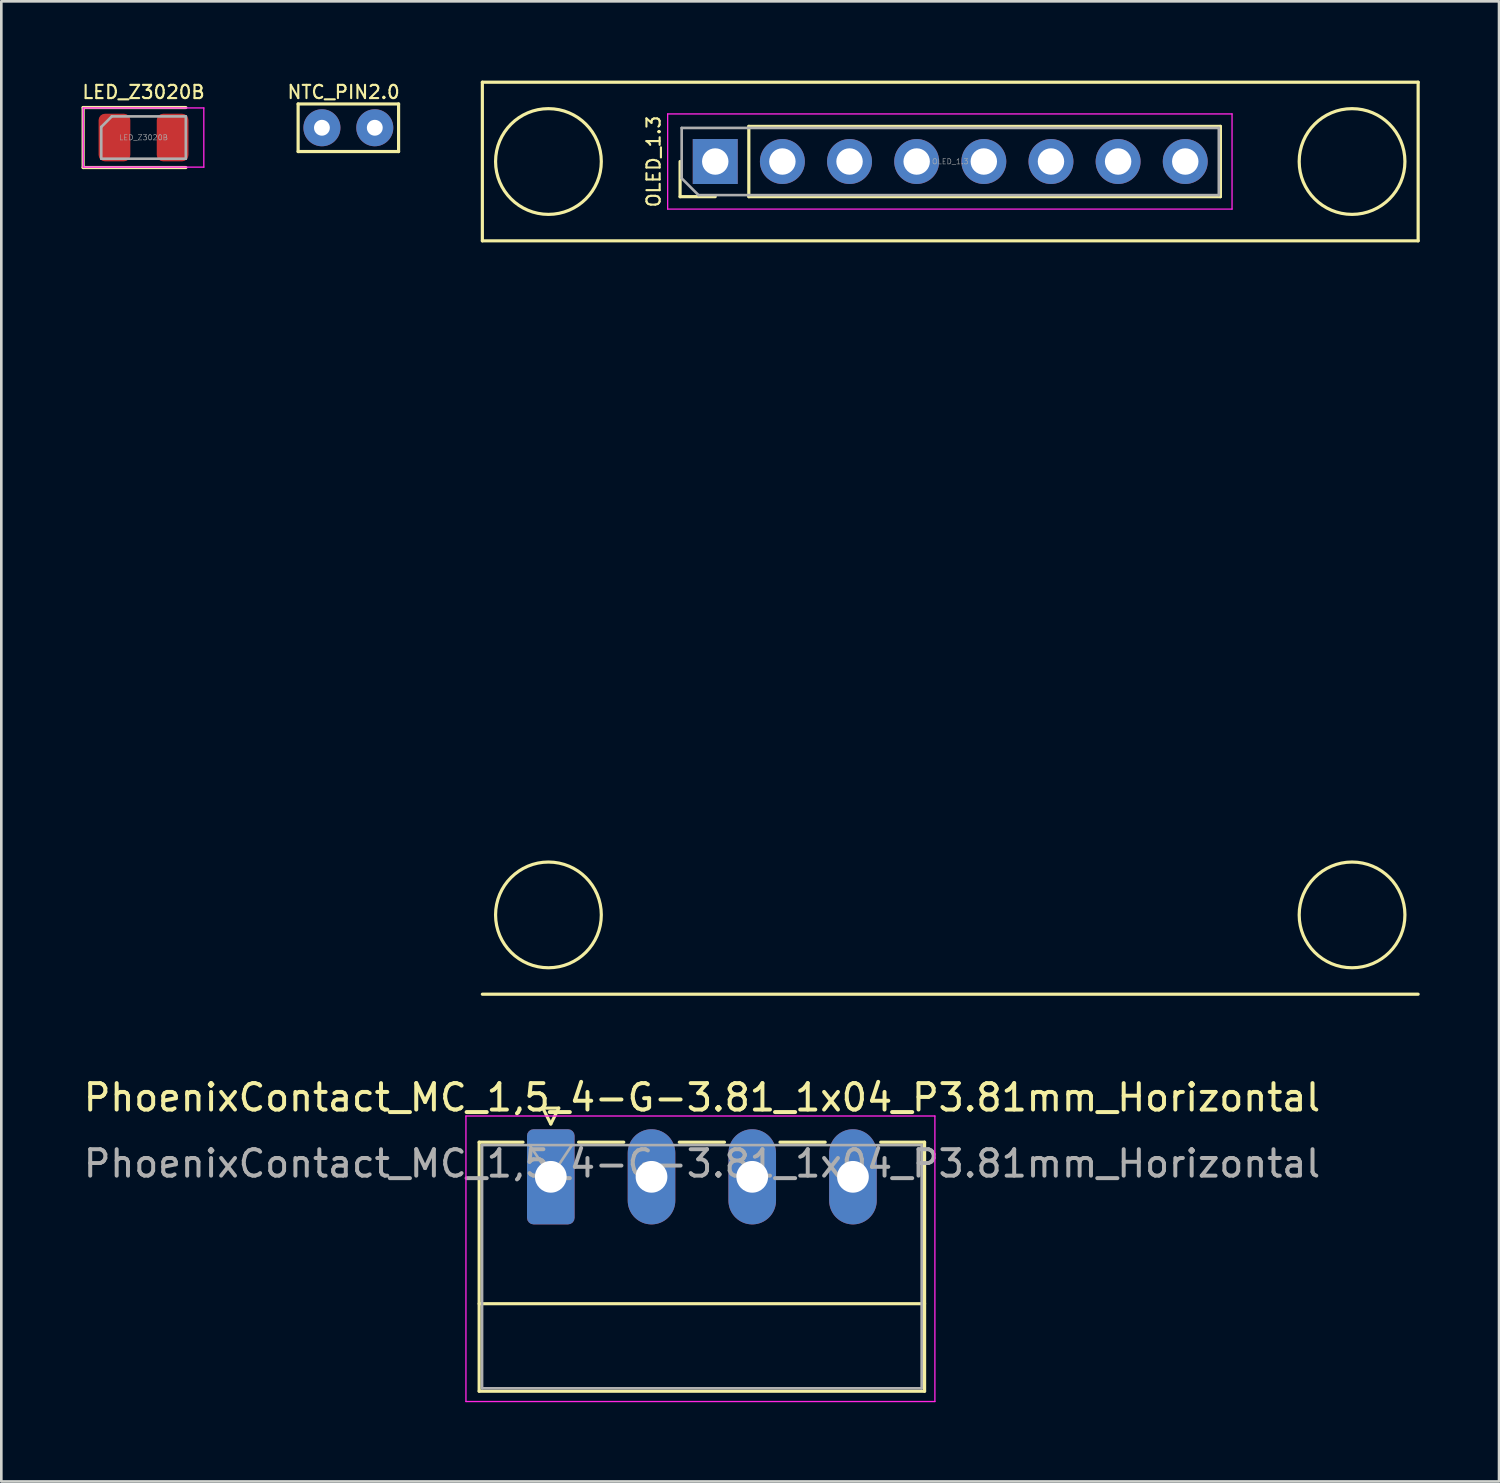
<source format=kicad_pcb>
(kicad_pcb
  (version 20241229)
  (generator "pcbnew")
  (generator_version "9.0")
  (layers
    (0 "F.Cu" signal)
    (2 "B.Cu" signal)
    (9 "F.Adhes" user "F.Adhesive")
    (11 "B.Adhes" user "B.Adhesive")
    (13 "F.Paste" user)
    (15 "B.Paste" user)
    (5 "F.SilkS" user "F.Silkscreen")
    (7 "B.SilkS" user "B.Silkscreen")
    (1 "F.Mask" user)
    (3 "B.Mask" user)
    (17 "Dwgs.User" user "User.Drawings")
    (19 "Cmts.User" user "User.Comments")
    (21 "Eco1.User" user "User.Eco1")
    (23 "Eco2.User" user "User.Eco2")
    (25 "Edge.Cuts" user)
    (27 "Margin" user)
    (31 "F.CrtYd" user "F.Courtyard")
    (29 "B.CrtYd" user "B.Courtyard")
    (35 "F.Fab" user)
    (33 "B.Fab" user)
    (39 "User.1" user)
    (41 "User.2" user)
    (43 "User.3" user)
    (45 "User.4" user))
  (footprint "LED_Z3020B"
    (layer "F.Cu")
    (at 2.38 2.153)
    (property "Reference" "LED_Z3020B" (at 0 -1.72 0) (layer "F.SilkS") (effects (font (size 0.5 0.5) (thickness 0.08))))
    (attr smd)
    (fp_line (start -2.285 -1.135) (end -2.285 1.135) (stroke (width 0.12) (type solid)) (layer "F.SilkS"))
    (fp_line (start -2.285 1.135) (end 1.6 1.135) (stroke (width 0.12) (type solid)) (layer "F.SilkS"))
    (fp_line (start 1.6 -1.135) (end -2.285 -1.135) (stroke (width 0.12) (type solid)) (layer "F.SilkS"))
    (fp_line (start -2.28 -1.12) (end 2.28 -1.12) (stroke (width 0.05) (type solid)) (layer "F.CrtYd"))
    (fp_line (start -2.28 1.12) (end -2.28 -1.12) (stroke (width 0.05) (type solid)) (layer "F.CrtYd"))
    (fp_line (start 2.28 -1.12) (end 2.28 1.12) (stroke (width 0.05) (type solid)) (layer "F.CrtYd"))
    (fp_line (start 2.28 1.12) (end -2.28 1.12) (stroke (width 0.05) (type solid)) (layer "F.CrtYd"))
    (fp_line (start -1.6 -0.4) (end -1.6 0.8) (stroke (width 0.1) (type solid)) (layer "F.Fab"))
    (fp_line (start -1.6 0.8) (end 1.6 0.8) (stroke (width 0.1) (type solid)) (layer "F.Fab"))
    (fp_line (start -1.2 -0.8) (end -1.6 -0.4) (stroke (width 0.1) (type solid)) (layer "F.Fab"))
    (fp_line (start 1.6 -0.8) (end -1.2 -0.8) (stroke (width 0.1) (type solid)) (layer "F.Fab"))
    (fp_line (start 1.6 0.8) (end 1.6 -0.8) (stroke (width 0.1) (type solid)) (layer "F.Fab"))
    (fp_text user "${REFERENCE}" (at 0 0 0) (layer "F.Fab") (effects (font (size 0.2 0.2) (thickness 0.02))))
    (pad "1" smd roundrect (at -1.1 0) (size 1.2 1.8) (layers "F.Cu" "F.Mask" "F.Paste") (roundrect_rratio 0.2))
    (pad "2" smd roundrect (at 1.1 0) (size 1.2 1.8) (layers "F.Cu" "F.Mask" "F.Paste") (roundrect_rratio 0.2)))
  (footprint "OLED_1.3"
    (layer "F.Cu")
    (at 32.897 3.06)
    (property "Reference" "OLED_1.3" (at -11.22 0 90) (layer "F.SilkS") (effects (font (size 0.5 0.5) (thickness 0.08))))
    (attr through_hole)
    (fp_line (start -17.7 -3) (end 17.7 -3) (stroke (width 0.12) (type solid)) (layer "F.SilkS"))
    (fp_line (start -17.7 3) (end -17.7 -3) (stroke (width 0.12) (type solid)) (layer "F.SilkS"))
    (fp_line (start -17.7 3) (end 17.7 3) (stroke (width 0.12) (type solid)) (layer "F.SilkS"))
    (fp_line (start -17.7 31.5) (end 17.7 31.5) (stroke (width 0.12) (type solid)) (layer "F.SilkS"))
    (fp_line (start -10.22 1.33) (end -10.22 0) (stroke (width 0.12) (type solid)) (layer "F.SilkS"))
    (fp_line (start -8.89 1.33) (end -10.22 1.33) (stroke (width 0.12) (type solid)) (layer "F.SilkS"))
    (fp_line (start -7.62 -1.33) (end 10.22 -1.33) (stroke (width 0.12) (type solid)) (layer "F.SilkS"))
    (fp_line (start -7.62 1.33) (end -7.62 -1.33) (stroke (width 0.12) (type solid)) (layer "F.SilkS"))
    (fp_line (start -7.62 1.33) (end 10.22 1.33) (stroke (width 0.12) (type solid)) (layer "F.SilkS"))
    (fp_line (start 10.22 1.33) (end 10.22 -1.33) (stroke (width 0.12) (type solid)) (layer "F.SilkS"))
    (fp_line (start 17.7 -3) (end 17.7 3) (stroke (width 0.12) (type solid)) (layer "F.SilkS"))
    (fp_circle (center -15.2 0) (end -13.2 0) (stroke (width 0.12) (type solid)) (fill no) (layer "F.SilkS"))
    (fp_circle (center -15.2 28.5) (end -13.2 28.5) (stroke (width 0.12) (type solid)) (fill no) (layer "F.SilkS"))
    (fp_circle (center 15.2 0) (end 17.2 0) (stroke (width 0.12) (type solid)) (fill no) (layer "F.SilkS"))
    (fp_circle (center 15.2 28.5) (end 17.2 28.5) (stroke (width 0.12) (type solid)) (fill no) (layer "F.SilkS"))
    (fp_line (start -10.69 -1.8) (end -10.69 1.8) (stroke (width 0.05) (type solid)) (layer "F.CrtYd"))
    (fp_line (start -10.69 1.8) (end 10.66 1.8) (stroke (width 0.05) (type solid)) (layer "F.CrtYd"))
    (fp_line (start 10.66 -1.8) (end -10.69 -1.8) (stroke (width 0.05) (type solid)) (layer "F.CrtYd"))
    (fp_line (start 10.66 1.8) (end 10.66 -1.8) (stroke (width 0.05) (type solid)) (layer "F.CrtYd"))
    (fp_line (start -10.16 -1.27) (end 10.16 -1.27) (stroke (width 0.1) (type solid)) (layer "F.Fab"))
    (fp_line (start -10.16 0.635) (end -10.16 -1.27) (stroke (width 0.1) (type solid)) (layer "F.Fab"))
    (fp_line (start -9.525 1.27) (end -10.16 0.635) (stroke (width 0.1) (type solid)) (layer "F.Fab"))
    (fp_line (start 10.16 -1.27) (end 10.16 1.27) (stroke (width 0.1) (type solid)) (layer "F.Fab"))
    (fp_line (start 10.16 1.27) (end -9.525 1.27) (stroke (width 0.1) (type solid)) (layer "F.Fab"))
    (fp_text user "${REFERENCE}" (at 0 0 180) (layer "F.Fab") (effects (font (size 0.2 0.2) (thickness 0.02))))
    (pad "1" thru_hole rect (at -8.89 0 90) (size 1.7 1.7) (drill 1) (layers "*.Cu" "*.Mask"))
    (pad "2" thru_hole oval (at -6.35 0 90) (size 1.7 1.7) (drill 1) (layers "*.Cu" "*.Mask"))
    (pad "3" thru_hole oval (at -3.81 0 90) (size 1.7 1.7) (drill 1) (layers "*.Cu" "*.Mask"))
    (pad "4" thru_hole oval (at -1.27 0 90) (size 1.7 1.7) (drill 1) (layers "*.Cu" "*.Mask"))
    (pad "5" thru_hole oval (at 1.27 0 90) (size 1.7 1.7) (drill 1) (layers "*.Cu" "*.Mask"))
    (pad "6" thru_hole oval (at 3.81 0 90) (size 1.7 1.7) (drill 1) (layers "*.Cu" "*.Mask"))
    (pad "7" thru_hole oval (at 6.35 0 90) (size 1.7 1.7) (drill 1) (layers "*.Cu" "*.Mask"))
    (pad "8" thru_hole oval (at 8.89 0 90) (size 1.7 1.7) (drill 1) (layers "*.Cu" "*.Mask")))
  (footprint "NTC_PIN2.0"
    (layer "F.Cu")
    (at 10.128 1.783)
    (property "Reference" "NTC_PIN2.0" (at -0.18 -1.35 0) (layer "F.SilkS") (effects (font (size 0.5 0.5) (thickness 0.08))))
    (attr through_hole)
    (fp_line (start -1.9 -0.9) (end -1.9 0.9) (stroke (width 0.12) (type solid)) (layer "F.SilkS"))
    (fp_line (start -1.9 0.9) (end 1.9 0.9) (stroke (width 0.12) (type solid)) (layer "F.SilkS"))
    (fp_line (start 1.9 -0.9) (end -1.9 -0.9) (stroke (width 0.12) (type solid)) (layer "F.SilkS"))
    (fp_line (start 1.9 0.9) (end 1.9 -0.9) (stroke (width 0.12) (type solid)) (layer "F.SilkS"))
    (pad "1" thru_hole circle (at -1 0) (size 1.4 1.4) (drill 0.6) (layers "*.Cu" "*.Mask"))
    (pad "2" thru_hole circle (at 1 0) (size 1.4 1.4) (drill 0.6) (layers "*.Cu" "*.Mask")))
  (footprint "PhoenixContact_MC_1,5_4-G-3.81_1x04_P3.81mm_Horizontal"
    (layer "F.Cu")
    (at 17.786 41.468)
    (property "Reference" "PhoenixContact_MC_1,5_4-G-3.81_1x04_P3.81mm_Horizontal" (at 5.72 -3 0) (layer "F.SilkS") (effects (font (size 1 1) (thickness 0.15))))
    (attr through_hole)
    (fp_line (start -2.71 -1.31) (end -2.71 8.11) (stroke (width 0.12) (type solid)) (layer "F.SilkS"))
    (fp_line (start -2.71 -1.31) (end -1.05 -1.31) (stroke (width 0.12) (type solid)) (layer "F.SilkS"))
    (fp_line (start -2.71 4.8) (end 14.14 4.8) (stroke (width 0.12) (type solid)) (layer "F.SilkS"))
    (fp_line (start -2.71 8.11) (end 14.14 8.11) (stroke (width 0.12) (type solid)) (layer "F.SilkS"))
    (fp_line (start -0.3 -2.6) (end 0.3 -2.6) (stroke (width 0.12) (type solid)) (layer "F.SilkS"))
    (fp_line (start 0 -2) (end -0.3 -2.6) (stroke (width 0.12) (type solid)) (layer "F.SilkS"))
    (fp_line (start 0.3 -2.6) (end 0 -2) (stroke (width 0.12) (type solid)) (layer "F.SilkS"))
    (fp_line (start 1.05 -1.31) (end 2.76 -1.31) (stroke (width 0.12) (type solid)) (layer "F.SilkS"))
    (fp_line (start 4.86 -1.31) (end 6.57 -1.31) (stroke (width 0.12) (type solid)) (layer "F.SilkS"))
    (fp_line (start 8.67 -1.31) (end 10.38 -1.31) (stroke (width 0.12) (type solid)) (layer "F.SilkS"))
    (fp_line (start 14.14 -1.31) (end 12.48 -1.31) (stroke (width 0.12) (type solid)) (layer "F.SilkS"))
    (fp_line (start 14.14 8.11) (end 14.14 -1.31) (stroke (width 0.12) (type solid)) (layer "F.SilkS"))
    (fp_line (start -3.21 -2.3) (end -3.21 8.5) (stroke (width 0.05) (type solid)) (layer "F.CrtYd"))
    (fp_line (start -3.21 8.5) (end 14.53 8.5) (stroke (width 0.05) (type solid)) (layer "F.CrtYd"))
    (fp_line (start 14.53 -2.3) (end -3.21 -2.3) (stroke (width 0.05) (type solid)) (layer "F.CrtYd"))
    (fp_line (start 14.53 8.5) (end 14.53 -2.3) (stroke (width 0.05) (type solid)) (layer "F.CrtYd"))
    (fp_line (start -2.6 -1.2) (end -2.6 8) (stroke (width 0.1) (type solid)) (layer "F.Fab"))
    (fp_line (start -2.6 8) (end 14.03 8) (stroke (width 0.1) (type solid)) (layer "F.Fab"))
    (fp_line (start 0 0) (end -0.8 -1.2) (stroke (width 0.1) (type solid)) (layer "F.Fab"))
    (fp_line (start 0.8 -1.2) (end 0 0) (stroke (width 0.1) (type solid)) (layer "F.Fab"))
    (fp_line (start 14.03 -1.2) (end -2.6 -1.2) (stroke (width 0.1) (type solid)) (layer "F.Fab"))
    (fp_line (start 14.03 8) (end 14.03 -1.2) (stroke (width 0.1) (type solid)) (layer "F.Fab"))
    (fp_text user "${REFERENCE}" (at 5.72 -0.5 0) (layer "F.Fab") (effects (font (size 1 1) (thickness 0.15))))
    (pad "1" thru_hole roundrect (at 0 0) (size 1.8 3.6) (drill 1.2) (layers "*.Cu" "*.Mask") (roundrect_rratio 0.139))
    (pad "2" thru_hole oval (at 3.81 0) (size 1.8 3.6) (drill 1.2) (layers "*.Cu" "*.Mask"))
    (pad "3" thru_hole oval (at 7.62 0) (size 1.8 3.6) (drill 1.2) (layers "*.Cu" "*.Mask"))
    (pad "4" thru_hole oval (at 11.43 0) (size 1.8 3.6) (drill 1.2) (layers "*.Cu" "*.Mask")))
  (gr_rect
    (start -3 -3)
    (end 53.657 52.993)
    (stroke (width 0.1) (type default))
    (fill no)
    (layer "Edge.Cuts")))
</source>
